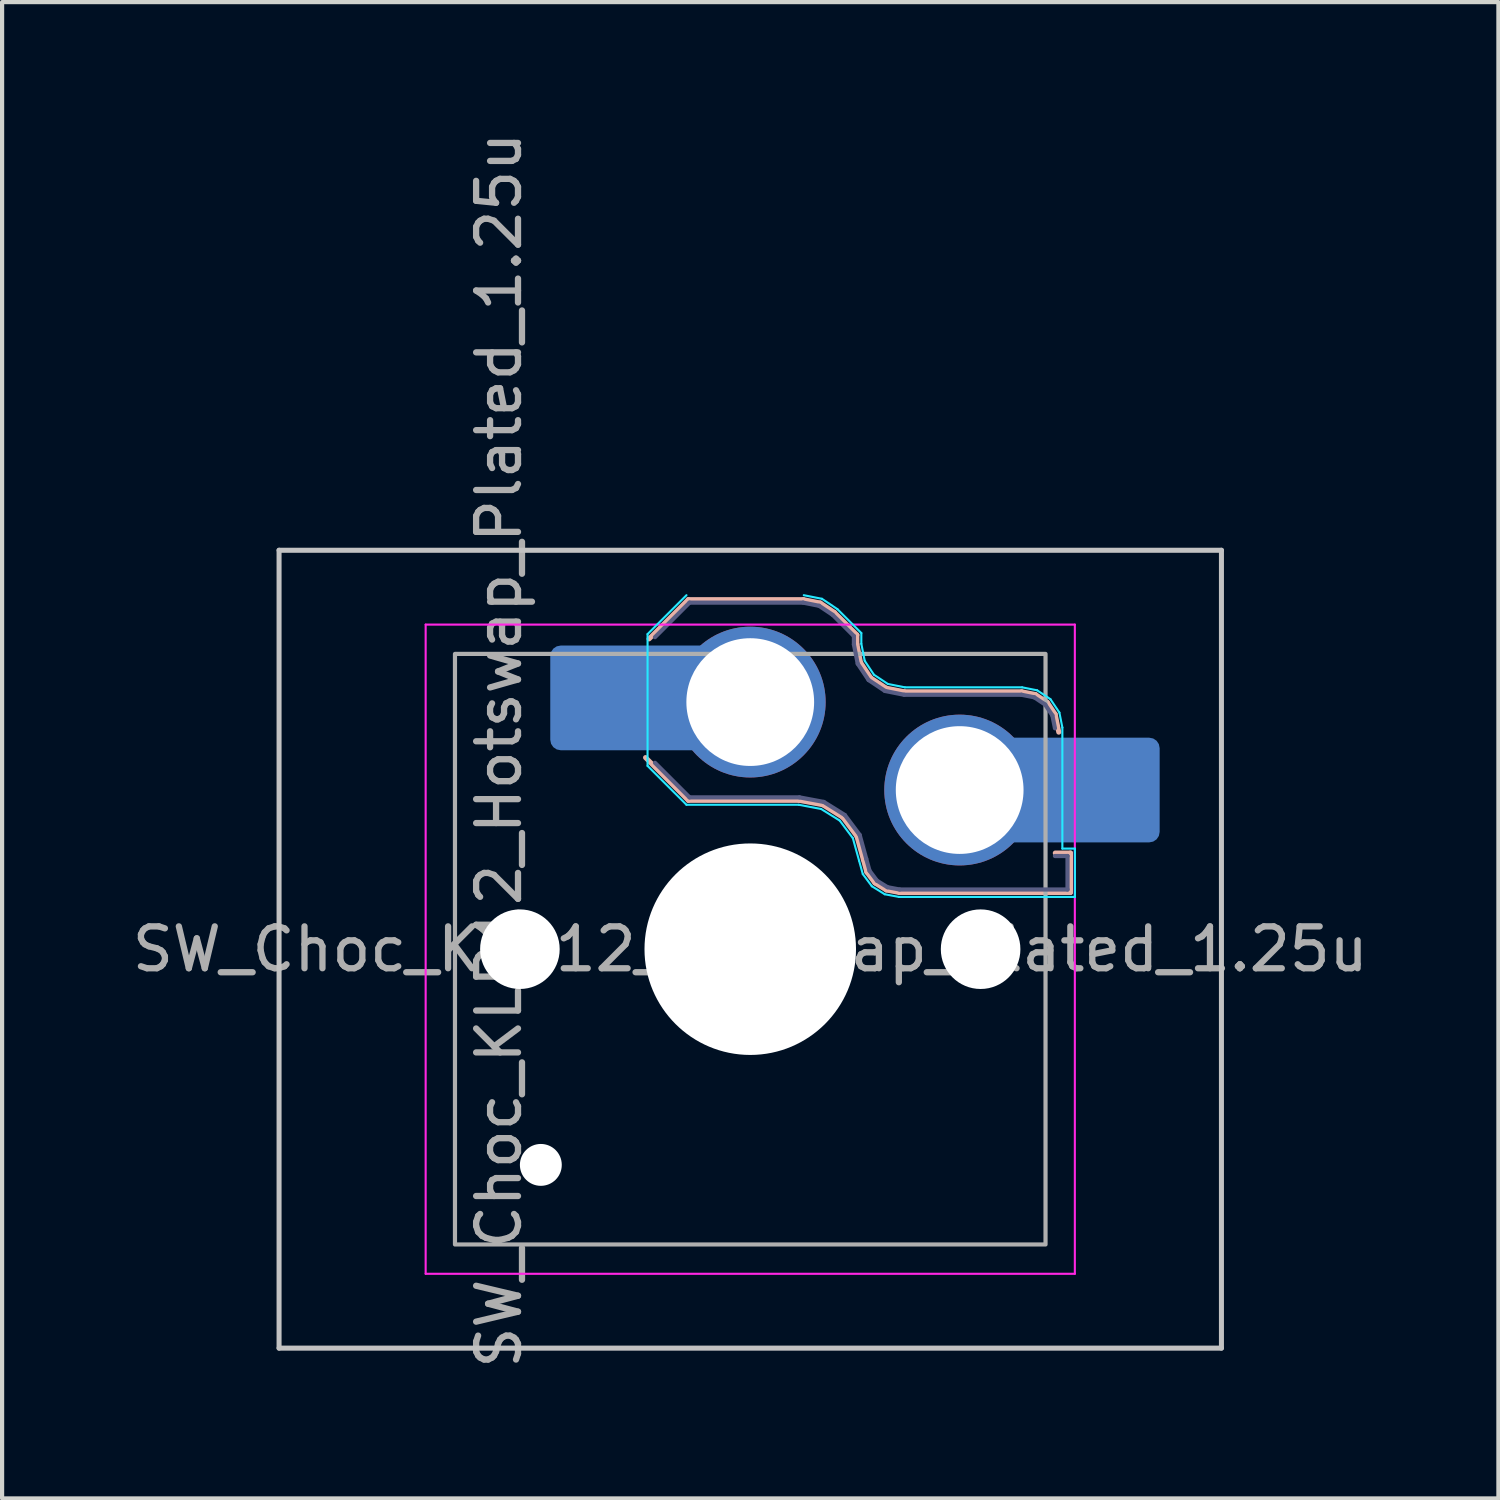
<source format=kicad_pcb>
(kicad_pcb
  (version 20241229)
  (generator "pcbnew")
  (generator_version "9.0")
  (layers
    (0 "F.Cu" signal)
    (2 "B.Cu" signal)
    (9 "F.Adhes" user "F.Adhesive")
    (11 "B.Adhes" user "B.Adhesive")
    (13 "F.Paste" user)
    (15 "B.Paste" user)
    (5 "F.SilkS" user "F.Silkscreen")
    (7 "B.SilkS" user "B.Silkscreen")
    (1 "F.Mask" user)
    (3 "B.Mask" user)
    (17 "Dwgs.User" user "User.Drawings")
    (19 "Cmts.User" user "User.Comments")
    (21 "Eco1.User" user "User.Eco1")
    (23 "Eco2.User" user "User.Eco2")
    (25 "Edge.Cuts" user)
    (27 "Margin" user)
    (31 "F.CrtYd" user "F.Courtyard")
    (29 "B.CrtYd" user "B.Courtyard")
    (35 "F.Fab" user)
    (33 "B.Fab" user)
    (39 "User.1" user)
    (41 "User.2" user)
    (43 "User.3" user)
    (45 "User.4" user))
  (footprint "SW_Choc_KLP12_Hotswap_Plated_1.25u"
    (layer "F.Cu")
    (at 14.863 19.613)
    (property "Reference" "SW_Choc_KLP12_Hotswap_Plated_1.25u" (at -6 -4.75 90) (layer "F.Fab") (effects (font (size 1 1) (thickness 0.15))))
    (attr smd)
    (fp_line (start -2.416 -7.409) (end -1.479 -8.346) (stroke (width 0.12) (type solid)) (layer "B.SilkS"))
    (fp_line (start -1.479 -8.346) (end 1.268 -8.346) (stroke (width 0.12) (type solid)) (layer "B.SilkS"))
    (fp_line (start -1.479 -3.554) (end -2.5 -4.575) (stroke (width 0.12) (type solid)) (layer "B.SilkS"))
    (fp_line (start 1.168 -3.554) (end -1.479 -3.554) (stroke (width 0.12) (type solid)) (layer "B.SilkS"))
    (fp_line (start 1.268 -8.346) (end 1.671 -8.266) (stroke (width 0.12) (type solid)) (layer "B.SilkS"))
    (fp_line (start 1.671 -8.266) (end 2.013 -8.037) (stroke (width 0.12) (type solid)) (layer "B.SilkS"))
    (fp_line (start 1.73 -3.449) (end 1.168 -3.554) (stroke (width 0.12) (type solid)) (layer "B.SilkS"))
    (fp_line (start 2.013 -8.037) (end 2.546 -7.504) (stroke (width 0.12) (type solid)) (layer "B.SilkS"))
    (fp_line (start 2.209 -3.15) (end 1.73 -3.449) (stroke (width 0.12) (type solid)) (layer "B.SilkS"))
    (fp_line (start 2.546 -7.504) (end 2.546 -7.282) (stroke (width 0.12) (type solid)) (layer "B.SilkS"))
    (fp_line (start 2.546 -7.282) (end 2.633 -6.844) (stroke (width 0.12) (type solid)) (layer "B.SilkS"))
    (fp_line (start 2.547 -2.697) (end 2.209 -3.15) (stroke (width 0.12) (type solid)) (layer "B.SilkS"))
    (fp_line (start 2.633 -6.844) (end 2.877 -6.477) (stroke (width 0.12) (type solid)) (layer "B.SilkS"))
    (fp_line (start 2.701 -2.139) (end 2.547 -2.697) (stroke (width 0.12) (type solid)) (layer "B.SilkS"))
    (fp_line (start 2.783 -1.841) (end 2.701 -2.139) (stroke (width 0.12) (type solid)) (layer "B.SilkS"))
    (fp_line (start 2.877 -6.477) (end 3.244 -6.233) (stroke (width 0.12) (type solid)) (layer "B.SilkS"))
    (fp_line (start 2.976 -1.583) (end 2.783 -1.841) (stroke (width 0.12) (type solid)) (layer "B.SilkS"))
    (fp_line (start 3.244 -6.233) (end 3.682 -6.146) (stroke (width 0.12) (type solid)) (layer "B.SilkS"))
    (fp_line (start 3.25 -1.413) (end 2.976 -1.583) (stroke (width 0.12) (type solid)) (layer "B.SilkS"))
    (fp_line (start 3.56 -1.354) (end 3.25 -1.413) (stroke (width 0.12) (type solid)) (layer "B.SilkS"))
    (fp_line (start 3.682 -6.146) (end 6.482 -6.146) (stroke (width 0.12) (type solid)) (layer "B.SilkS"))
    (fp_line (start 6.482 -6.146) (end 6.809 -6.081) (stroke (width 0.12) (type solid)) (layer "B.SilkS"))
    (fp_line (start 6.809 -6.081) (end 7.092 -5.892) (stroke (width 0.12) (type solid)) (layer "B.SilkS"))
    (fp_line (start 7.092 -5.892) (end 7.281 -5.609) (stroke (width 0.12) (type solid)) (layer "B.SilkS"))
    (fp_line (start 7.281 -5.609) (end 7.366 -5.182) (stroke (width 0.12) (type solid)) (layer "B.SilkS"))
    (fp_line (start 7.283 -2.296) (end 7.646 -2.296) (stroke (width 0.12) (type solid)) (layer "B.SilkS"))
    (fp_line (start 7.646 -2.296) (end 7.646 -1.354) (stroke (width 0.12) (type solid)) (layer "B.SilkS"))
    (fp_line (start 7.646 -1.354) (end 3.56 -1.354) (stroke (width 0.12) (type solid)) (layer "B.SilkS"))
    (fp_line (start -11.25 -9.525) (end -11.25 9.525) (stroke (width 0.12) (type default)) (layer "Dwgs.User"))
    (fp_line (start -11.25 -9.525) (end 11.25 -9.525) (stroke (width 0.12) (type default)) (layer "Dwgs.User"))
    (fp_line (start 11.25 -9.525) (end 11.25 9.525) (stroke (width 0.12) (type default)) (layer "Dwgs.User"))
    (fp_line (start 11.25 9.525) (end -11.25 9.525) (stroke (width 0.12) (type default)) (layer "Dwgs.User"))
    (fp_line (start -2.452 -7.523) (end -1.523 -8.452) (stroke (width 0.05) (type solid)) (layer "B.CrtYd"))
    (fp_line (start -2.452 -4.377) (end -2.452 -7.523) (stroke (width 0.05) (type solid)) (layer "B.CrtYd"))
    (fp_line (start -1.523 -3.448) (end -2.452 -4.377) (stroke (width 0.05) (type solid)) (layer "B.CrtYd"))
    (fp_line (start 1.159 -3.448) (end -1.523 -3.448) (stroke (width 0.05) (type solid)) (layer "B.CrtYd"))
    (fp_line (start 1.278 -8.452) (end 1.712 -8.366) (stroke (width 0.05) (type solid)) (layer "B.CrtYd"))
    (fp_line (start 1.691 -3.348) (end 1.159 -3.448) (stroke (width 0.05) (type solid)) (layer "B.CrtYd"))
    (fp_line (start 1.712 -8.366) (end 2.081 -8.119) (stroke (width 0.05) (type solid)) (layer "B.CrtYd"))
    (fp_line (start 2.081 -8.119) (end 2.652 -7.548) (stroke (width 0.05) (type solid)) (layer "B.CrtYd"))
    (fp_line (start 2.136 -3.071) (end 1.691 -3.348) (stroke (width 0.05) (type solid)) (layer "B.CrtYd"))
    (fp_line (start 2.45 -2.65) (end 2.136 -3.071) (stroke (width 0.05) (type solid)) (layer "B.CrtYd"))
    (fp_line (start 2.599 -2.111) (end 2.45 -2.65) (stroke (width 0.05) (type solid)) (layer "B.CrtYd"))
    (fp_line (start 2.652 -7.548) (end 2.652 -7.292) (stroke (width 0.05) (type solid)) (layer "B.CrtYd"))
    (fp_line (start 2.652 -7.292) (end 2.733 -6.885) (stroke (width 0.05) (type solid)) (layer "B.CrtYd"))
    (fp_line (start 2.687 -1.794) (end 2.599 -2.111) (stroke (width 0.05) (type solid)) (layer "B.CrtYd"))
    (fp_line (start 2.733 -6.885) (end 2.953 -6.553) (stroke (width 0.05) (type solid)) (layer "B.CrtYd"))
    (fp_line (start 2.903 -1.503) (end 2.687 -1.794) (stroke (width 0.05) (type solid)) (layer "B.CrtYd"))
    (fp_line (start 2.953 -6.553) (end 3.285 -6.333) (stroke (width 0.05) (type solid)) (layer "B.CrtYd"))
    (fp_line (start 3.211 -1.312) (end 2.903 -1.503) (stroke (width 0.05) (type solid)) (layer "B.CrtYd"))
    (fp_line (start 3.285 -6.333) (end 3.692 -6.252) (stroke (width 0.05) (type solid)) (layer "B.CrtYd"))
    (fp_line (start 3.55 -1.248) (end 3.211 -1.312) (stroke (width 0.05) (type solid)) (layer "B.CrtYd"))
    (fp_line (start 3.692 -6.252) (end 6.492 -6.252) (stroke (width 0.05) (type solid)) (layer "B.CrtYd"))
    (fp_line (start 6.492 -6.252) (end 6.85 -6.181) (stroke (width 0.05) (type solid)) (layer "B.CrtYd"))
    (fp_line (start 6.85 -6.181) (end 7.168 -5.968) (stroke (width 0.05) (type solid)) (layer "B.CrtYd"))
    (fp_line (start 7.168 -5.968) (end 7.381 -5.65) (stroke (width 0.05) (type solid)) (layer "B.CrtYd"))
    (fp_line (start 7.381 -5.65) (end 7.452 -5.292) (stroke (width 0.05) (type solid)) (layer "B.CrtYd"))
    (fp_line (start 7.452 -5.292) (end 7.452 -2.402) (stroke (width 0.05) (type solid)) (layer "B.CrtYd"))
    (fp_line (start 7.452 -2.402) (end 7.752 -2.402) (stroke (width 0.05) (type solid)) (layer "B.CrtYd"))
    (fp_line (start 7.752 -2.402) (end 7.752 -1.248) (stroke (width 0.05) (type solid)) (layer "B.CrtYd"))
    (fp_line (start 7.752 -1.248) (end 3.55 -1.248) (stroke (width 0.05) (type solid)) (layer "B.CrtYd"))
    (fp_line (start -7.75 7.75) (end -7.75 -7.75) (stroke (width 0.05) (type solid)) (layer "F.CrtYd"))
    (fp_line (start 7.75 -7.75) (end -7.75 -7.75) (stroke (width 0.05) (type solid)) (layer "F.CrtYd"))
    (fp_line (start 7.75 -7.75) (end 7.75 7.75) (stroke (width 0.05) (type solid)) (layer "F.CrtYd"))
    (fp_line (start 7.75 7.75) (end -7.75 7.75) (stroke (width 0.05) (type solid)) (layer "F.CrtYd"))
    (fp_line (start -2.275 -7.45) (end -1.45 -8.275) (stroke (width 0.1) (type solid)) (layer "B.Fab"))
    (fp_line (start -1.45 -8.275) (end 1.261 -8.275) (stroke (width 0.1) (type solid)) (layer "B.Fab"))
    (fp_line (start -1.45 -3.625) (end -2.275 -4.45) (stroke (width 0.1) (type solid)) (layer "B.Fab"))
    (fp_line (start 1.175 -3.625) (end -1.45 -3.625) (stroke (width 0.1) (type solid)) (layer "B.Fab"))
    (fp_line (start 1.261 -8.275) (end 1.643 -8.199) (stroke (width 0.1) (type solid)) (layer "B.Fab"))
    (fp_line (start 1.643 -8.199) (end 1.968 -7.982) (stroke (width 0.1) (type solid)) (layer "B.Fab"))
    (fp_line (start 1.756 -3.516) (end 1.175 -3.625) (stroke (width 0.1) (type solid)) (layer "B.Fab"))
    (fp_line (start 1.968 -7.982) (end 2.475 -7.475) (stroke (width 0.1) (type solid)) (layer "B.Fab"))
    (fp_line (start 2.258 -3.203) (end 1.756 -3.516) (stroke (width 0.1) (type solid)) (layer "B.Fab"))
    (fp_line (start 2.475 -7.475) (end 2.475 -7.275) (stroke (width 0.1) (type solid)) (layer "B.Fab"))
    (fp_line (start 2.475 -7.275) (end 2.566 -6.816) (stroke (width 0.1) (type solid)) (layer "B.Fab"))
    (fp_line (start 2.566 -6.816) (end 2.826 -6.426) (stroke (width 0.1) (type solid)) (layer "B.Fab"))
    (fp_line (start 2.612 -2.729) (end 2.258 -3.203) (stroke (width 0.1) (type solid)) (layer "B.Fab"))
    (fp_line (start 2.769 -2.158) (end 2.612 -2.729) (stroke (width 0.1) (type solid)) (layer "B.Fab"))
    (fp_line (start 2.826 -6.426) (end 3.216 -6.166) (stroke (width 0.1) (type solid)) (layer "B.Fab"))
    (fp_line (start 2.848 -1.873) (end 2.769 -2.158) (stroke (width 0.1) (type solid)) (layer "B.Fab"))
    (fp_line (start 3.025 -1.636) (end 2.848 -1.873) (stroke (width 0.1) (type solid)) (layer "B.Fab"))
    (fp_line (start 3.216 -6.166) (end 3.675 -6.075) (stroke (width 0.1) (type solid)) (layer "B.Fab"))
    (fp_line (start 3.276 -1.48) (end 3.025 -1.636) (stroke (width 0.1) (type solid)) (layer "B.Fab"))
    (fp_line (start 3.567 -1.425) (end 3.276 -1.48) (stroke (width 0.1) (type solid)) (layer "B.Fab"))
    (fp_line (start 3.675 -6.075) (end 6.475 -6.075) (stroke (width 0.1) (type solid)) (layer "B.Fab"))
    (fp_line (start 6.475 -6.075) (end 6.781 -6.014) (stroke (width 0.1) (type solid)) (layer "B.Fab"))
    (fp_line (start 6.781 -6.014) (end 7.041 -5.841) (stroke (width 0.1) (type solid)) (layer "B.Fab"))
    (fp_line (start 7.041 -5.841) (end 7.214 -5.581) (stroke (width 0.1) (type solid)) (layer "B.Fab"))
    (fp_line (start 7.214 -5.581) (end 7.275 -5.275) (stroke (width 0.1) (type solid)) (layer "B.Fab"))
    (fp_line (start 7.275 -2.225) (end 7.575 -2.225) (stroke (width 0.1) (type solid)) (layer "B.Fab"))
    (fp_line (start 7.575 -2.225) (end 7.575 -1.425) (stroke (width 0.1) (type solid)) (layer "B.Fab"))
    (fp_line (start 7.575 -1.425) (end 3.567 -1.425) (stroke (width 0.1) (type solid)) (layer "B.Fab"))
    (fp_rect (start -7.05 -7.05) (end 7.05 7.05) (stroke (width 0.1) (type default)) (fill no) (layer "F.Fab"))
    (fp_text user "${REFERENCE}" (at 0 0 0) (layer "F.Fab") (effects (font (size 1 1) (thickness 0.15))))
    (pad "" np_thru_hole circle (at -5.5 0) (size 1.9 1.9) (drill 1.9) (layers "*.Cu" "*.Mask"))
    (pad "" np_thru_hole circle (at -5 5.15) (size 1 1) (drill 1) (layers "*.Cu" "*.Mask"))
    (pad "" smd roundrect (at -3.525 -6) (size 2.5 2.5) (layers "B.Paste") (roundrect_rratio 0.1))
    (pad "" np_thru_hole circle (at 0 0) (size 5.05 5.05) (drill 5.05) (layers "*.Cu" "*.Mask"))
    (pad "" np_thru_hole circle (at 5.5 0) (size 1.9 1.9) (drill 1.9) (layers "*.Cu" "*.Mask"))
    (pad "" smd roundrect (at 8.525 -3.8) (size 2.5 2.5) (layers "B.Paste") (roundrect_rratio 0.1))
    (pad "1" smd roundrect (at -2.85 -6) (size 3.85 2.5) (layers "B.Cu" "B.Mask") (roundrect_rratio 0.1))
    (pad "1" thru_hole circle (at 0 -5.9) (size 3.6 3.6) (drill 3.05) (layers "*.Cu" "*.Mask"))
    (pad "2" thru_hole circle (at 5 -3.8) (size 3.6 3.6) (drill 3.05) (layers "*.Cu" "*.Mask"))
    (pad "2" smd roundrect (at 7.85 -3.8) (size 3.85 2.5) (layers "B.Cu" "B.Mask") (roundrect_rratio 0.1)))
  (gr_rect
    (start -3 -3)
    (end 32.726 32.726)
    (stroke (width 0.1) (type default))
    (fill no)
    (layer "Edge.Cuts")))
</source>
